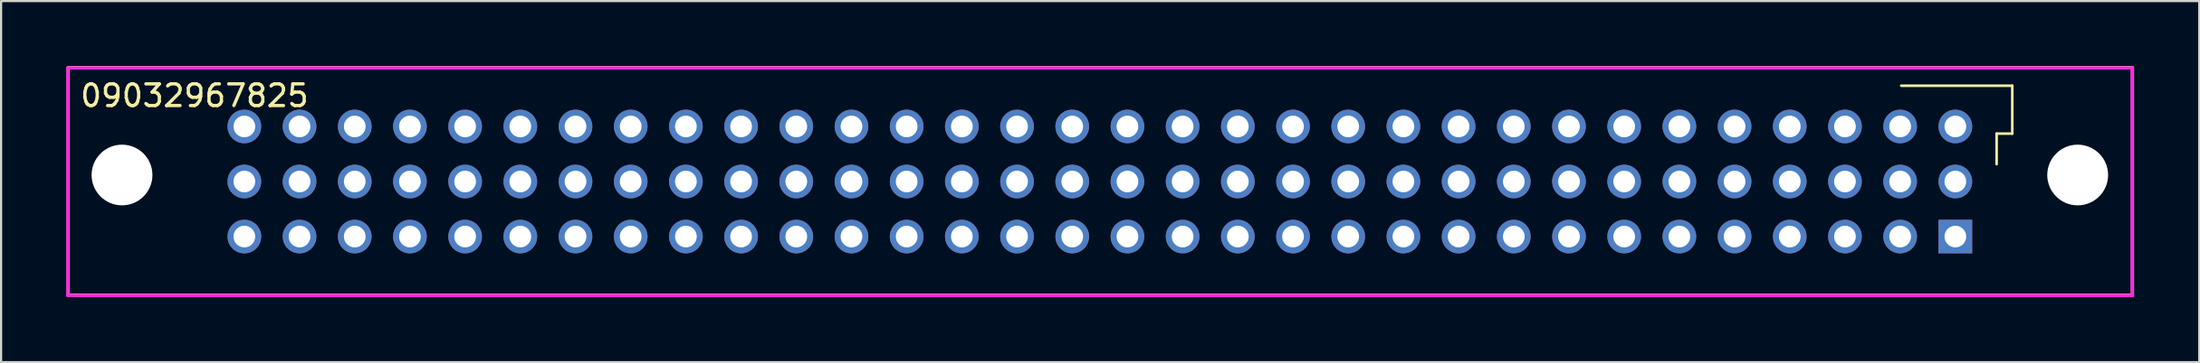
<source format=kicad_pcb>
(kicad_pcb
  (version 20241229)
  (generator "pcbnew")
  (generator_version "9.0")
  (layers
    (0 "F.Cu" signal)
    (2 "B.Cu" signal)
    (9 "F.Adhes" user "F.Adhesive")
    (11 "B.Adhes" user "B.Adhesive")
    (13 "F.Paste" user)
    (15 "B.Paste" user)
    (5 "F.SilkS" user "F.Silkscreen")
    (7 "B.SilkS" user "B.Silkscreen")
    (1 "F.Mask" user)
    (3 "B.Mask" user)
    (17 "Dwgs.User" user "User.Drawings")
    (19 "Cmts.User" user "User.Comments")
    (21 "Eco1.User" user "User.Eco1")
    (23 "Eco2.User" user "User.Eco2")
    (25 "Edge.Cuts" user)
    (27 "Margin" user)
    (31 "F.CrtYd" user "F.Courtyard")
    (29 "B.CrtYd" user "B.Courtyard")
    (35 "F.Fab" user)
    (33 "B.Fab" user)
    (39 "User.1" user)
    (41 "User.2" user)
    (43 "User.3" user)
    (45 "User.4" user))
  (footprint "09032967825"
    (layer "F.Cu")
    (at 47.575 5.335)
    (property "Reference" "09032967825" (at -47.01 -3.97 0) (layer "F.SilkS") (effects (font (size 1 1) (thickness 0.15)) (justify left)))
    (attr through_hole)
    (fp_line (start -47.49 -5.26) (end -47.49 5.24) (stroke (width 0.15) (type solid)) (layer "F.SilkS"))
    (fp_line (start -47.49 5.24) (end 47.51 5.24) (stroke (width 0.15) (type solid)) (layer "F.SilkS"))
    (fp_line (start 36.87 -4.43) (end 41.98 -4.43) (stroke (width 0.12) (type solid)) (layer "F.SilkS"))
    (fp_line (start 41.26 -2.22) (end 41.26 -0.81) (stroke (width 0.12) (type solid)) (layer "F.SilkS"))
    (fp_line (start 41.98 -4.43) (end 41.98 -2.22) (stroke (width 0.12) (type solid)) (layer "F.SilkS"))
    (fp_line (start 41.98 -2.22) (end 41.26 -2.22) (stroke (width 0.12) (type solid)) (layer "F.SilkS"))
    (fp_line (start 47.51 -5.26) (end -47.49 -5.26) (stroke (width 0.15) (type solid)) (layer "F.SilkS"))
    (fp_line (start 47.51 5.24) (end 47.51 -5.26) (stroke (width 0.15) (type solid)) (layer "F.SilkS"))
    (fp_line (start -47.5 -5.25) (end -47.5 5.25) (stroke (width 0.15) (type solid)) (layer "F.CrtYd"))
    (fp_line (start -47.5 5.25) (end 47.5 5.25) (stroke (width 0.15) (type solid)) (layer "F.CrtYd"))
    (fp_line (start 47.5 -5.25) (end -47.5 -5.25) (stroke (width 0.15) (type solid)) (layer "F.CrtYd"))
    (fp_line (start 47.5 5.25) (end 47.5 -5.25) (stroke (width 0.15) (type solid)) (layer "F.CrtYd"))
    (pad "" np_thru_hole circle (at -45.01 -0.31) (size 2.8 2.8) (drill 2.8) (layers "*.Cu" "*.Mask"))
    (pad "" np_thru_hole circle (at 44.99 -0.31) (size 2.8 2.8) (drill 2.8) (layers "*.Cu" "*.Mask"))
    (pad "1" thru_hole rect (at 39.36 2.53) (size 1.55 1.55) (drill 1) (layers "*.Cu" "*.Mask"))
    (pad "2" thru_hole circle (at 39.36 -0.01) (size 1.55 1.55) (drill 1) (layers "*.Cu" "*.Mask"))
    (pad "3" thru_hole circle (at 39.36 -2.55) (size 1.55 1.55) (drill 1) (layers "*.Cu" "*.Mask"))
    (pad "4" thru_hole circle (at 36.82 2.53) (size 1.55 1.55) (drill 1) (layers "*.Cu" "*.Mask"))
    (pad "5" thru_hole circle (at 36.82 -0.01) (size 1.55 1.55) (drill 1) (layers "*.Cu" "*.Mask"))
    (pad "6" thru_hole circle (at 36.82 -2.55) (size 1.55 1.55) (drill 1) (layers "*.Cu" "*.Mask"))
    (pad "7" thru_hole circle (at 34.28 2.53) (size 1.55 1.55) (drill 1) (layers "*.Cu" "*.Mask"))
    (pad "8" thru_hole circle (at 34.28 -0.01) (size 1.55 1.55) (drill 1) (layers "*.Cu" "*.Mask"))
    (pad "9" thru_hole circle (at 34.28 -2.55) (size 1.55 1.55) (drill 1) (layers "*.Cu" "*.Mask"))
    (pad "10" thru_hole circle (at 31.74 2.53) (size 1.55 1.55) (drill 1) (layers "*.Cu" "*.Mask"))
    (pad "11" thru_hole circle (at 31.74 -0.01) (size 1.55 1.55) (drill 1) (layers "*.Cu" "*.Mask"))
    (pad "12" thru_hole circle (at 31.74 -2.55) (size 1.55 1.55) (drill 1) (layers "*.Cu" "*.Mask"))
    (pad "13" thru_hole circle (at 29.2 2.53) (size 1.55 1.55) (drill 1) (layers "*.Cu" "*.Mask"))
    (pad "14" thru_hole circle (at 29.2 -0.01) (size 1.55 1.55) (drill 1) (layers "*.Cu" "*.Mask"))
    (pad "15" thru_hole circle (at 29.2 -2.55) (size 1.55 1.55) (drill 1) (layers "*.Cu" "*.Mask"))
    (pad "16" thru_hole circle (at 26.66 2.53) (size 1.55 1.55) (drill 1) (layers "*.Cu" "*.Mask"))
    (pad "17" thru_hole circle (at 26.66 -0.01) (size 1.55 1.55) (drill 1) (layers "*.Cu" "*.Mask"))
    (pad "18" thru_hole circle (at 26.66 -2.55) (size 1.55 1.55) (drill 1) (layers "*.Cu" "*.Mask"))
    (pad "19" thru_hole circle (at 24.12 2.53) (size 1.55 1.55) (drill 1) (layers "*.Cu" "*.Mask"))
    (pad "20" thru_hole circle (at 24.12 -0.01) (size 1.55 1.55) (drill 1) (layers "*.Cu" "*.Mask"))
    (pad "21" thru_hole circle (at 24.12 -2.55) (size 1.55 1.55) (drill 1) (layers "*.Cu" "*.Mask"))
    (pad "22" thru_hole circle (at 21.58 2.53) (size 1.55 1.55) (drill 1) (layers "*.Cu" "*.Mask"))
    (pad "23" thru_hole circle (at 21.58 -0.01) (size 1.55 1.55) (drill 1) (layers "*.Cu" "*.Mask"))
    (pad "24" thru_hole circle (at 21.58 -2.55) (size 1.55 1.55) (drill 1) (layers "*.Cu" "*.Mask"))
    (pad "25" thru_hole circle (at 19.04 2.53) (size 1.55 1.55) (drill 1) (layers "*.Cu" "*.Mask"))
    (pad "26" thru_hole circle (at 19.04 -0.01) (size 1.55 1.55) (drill 1) (layers "*.Cu" "*.Mask"))
    (pad "27" thru_hole circle (at 19.04 -2.55) (size 1.55 1.55) (drill 1) (layers "*.Cu" "*.Mask"))
    (pad "28" thru_hole circle (at 16.5 2.53) (size 1.55 1.55) (drill 1) (layers "*.Cu" "*.Mask"))
    (pad "29" thru_hole circle (at 16.5 -0.01) (size 1.55 1.55) (drill 1) (layers "*.Cu" "*.Mask"))
    (pad "30" thru_hole circle (at 16.5 -2.55) (size 1.55 1.55) (drill 1) (layers "*.Cu" "*.Mask"))
    (pad "31" thru_hole circle (at 13.96 2.53) (size 1.55 1.55) (drill 1) (layers "*.Cu" "*.Mask"))
    (pad "32" thru_hole circle (at 13.96 -0.01) (size 1.55 1.55) (drill 1) (layers "*.Cu" "*.Mask"))
    (pad "33" thru_hole circle (at 13.96 -2.55) (size 1.55 1.55) (drill 1) (layers "*.Cu" "*.Mask"))
    (pad "34" thru_hole circle (at 11.42 2.53) (size 1.55 1.55) (drill 1) (layers "*.Cu" "*.Mask"))
    (pad "35" thru_hole circle (at 11.42 -0.01) (size 1.55 1.55) (drill 1) (layers "*.Cu" "*.Mask"))
    (pad "36" thru_hole circle (at 11.42 -2.55) (size 1.55 1.55) (drill 1) (layers "*.Cu" "*.Mask"))
    (pad "37" thru_hole circle (at 8.88 2.53) (size 1.55 1.55) (drill 1) (layers "*.Cu" "*.Mask"))
    (pad "38" thru_hole circle (at 8.88 -0.01) (size 1.55 1.55) (drill 1) (layers "*.Cu" "*.Mask"))
    (pad "39" thru_hole circle (at 8.88 -2.55) (size 1.55 1.55) (drill 1) (layers "*.Cu" "*.Mask"))
    (pad "40" thru_hole circle (at 6.34 2.53) (size 1.55 1.55) (drill 1) (layers "*.Cu" "*.Mask"))
    (pad "41" thru_hole circle (at 6.34 -0.01) (size 1.55 1.55) (drill 1) (layers "*.Cu" "*.Mask"))
    (pad "42" thru_hole circle (at 6.34 -2.55) (size 1.55 1.55) (drill 1) (layers "*.Cu" "*.Mask"))
    (pad "43" thru_hole circle (at 3.8 2.53) (size 1.55 1.55) (drill 1) (layers "*.Cu" "*.Mask"))
    (pad "44" thru_hole circle (at 3.8 -0.01) (size 1.55 1.55) (drill 1) (layers "*.Cu" "*.Mask"))
    (pad "45" thru_hole circle (at 3.8 -2.55) (size 1.55 1.55) (drill 1) (layers "*.Cu" "*.Mask"))
    (pad "46" thru_hole circle (at 1.26 2.53) (size 1.55 1.55) (drill 1) (layers "*.Cu" "*.Mask"))
    (pad "47" thru_hole circle (at 1.26 -0.01) (size 1.55 1.55) (drill 1) (layers "*.Cu" "*.Mask"))
    (pad "48" thru_hole circle (at 1.26 -2.55) (size 1.55 1.55) (drill 1) (layers "*.Cu" "*.Mask"))
    (pad "49" thru_hole circle (at -1.28 2.53) (size 1.55 1.55) (drill 1) (layers "*.Cu" "*.Mask"))
    (pad "50" thru_hole circle (at -1.28 -0.01) (size 1.55 1.55) (drill 1) (layers "*.Cu" "*.Mask"))
    (pad "51" thru_hole circle (at -1.28 -2.55) (size 1.55 1.55) (drill 1) (layers "*.Cu" "*.Mask"))
    (pad "52" thru_hole circle (at -3.82 2.53) (size 1.55 1.55) (drill 1) (layers "*.Cu" "*.Mask"))
    (pad "53" thru_hole circle (at -3.82 -0.01) (size 1.55 1.55) (drill 1) (layers "*.Cu" "*.Mask"))
    (pad "54" thru_hole circle (at -3.82 -2.55) (size 1.55 1.55) (drill 1) (layers "*.Cu" "*.Mask"))
    (pad "55" thru_hole circle (at -6.36 2.53) (size 1.55 1.55) (drill 1) (layers "*.Cu" "*.Mask"))
    (pad "56" thru_hole circle (at -6.36 -0.01) (size 1.55 1.55) (drill 1) (layers "*.Cu" "*.Mask"))
    (pad "57" thru_hole circle (at -6.36 -2.55) (size 1.55 1.55) (drill 1) (layers "*.Cu" "*.Mask"))
    (pad "58" thru_hole circle (at -8.9 2.53) (size 1.55 1.55) (drill 1) (layers "*.Cu" "*.Mask"))
    (pad "59" thru_hole circle (at -8.9 -0.01) (size 1.55 1.55) (drill 1) (layers "*.Cu" "*.Mask"))
    (pad "60" thru_hole circle (at -8.9 -2.55) (size 1.55 1.55) (drill 1) (layers "*.Cu" "*.Mask"))
    (pad "61" thru_hole circle (at -11.44 2.53) (size 1.55 1.55) (drill 1) (layers "*.Cu" "*.Mask"))
    (pad "62" thru_hole circle (at -11.44 -0.01) (size 1.55 1.55) (drill 1) (layers "*.Cu" "*.Mask"))
    (pad "63" thru_hole circle (at -11.44 -2.55) (size 1.55 1.55) (drill 1) (layers "*.Cu" "*.Mask"))
    (pad "64" thru_hole circle (at -13.98 2.53) (size 1.55 1.55) (drill 1) (layers "*.Cu" "*.Mask"))
    (pad "65" thru_hole circle (at -13.98 -0.01) (size 1.55 1.55) (drill 1) (layers "*.Cu" "*.Mask"))
    (pad "66" thru_hole circle (at -13.98 -2.55) (size 1.55 1.55) (drill 1) (layers "*.Cu" "*.Mask"))
    (pad "67" thru_hole circle (at -16.52 2.53) (size 1.55 1.55) (drill 1) (layers "*.Cu" "*.Mask"))
    (pad "68" thru_hole circle (at -16.52 -0.01) (size 1.55 1.55) (drill 1) (layers "*.Cu" "*.Mask"))
    (pad "69" thru_hole circle (at -16.52 -2.55) (size 1.55 1.55) (drill 1) (layers "*.Cu" "*.Mask"))
    (pad "70" thru_hole circle (at -19.06 2.53) (size 1.55 1.55) (drill 1) (layers "*.Cu" "*.Mask"))
    (pad "71" thru_hole circle (at -19.06 -0.01) (size 1.55 1.55) (drill 1) (layers "*.Cu" "*.Mask"))
    (pad "72" thru_hole circle (at -19.06 -2.55) (size 1.55 1.55) (drill 1) (layers "*.Cu" "*.Mask"))
    (pad "73" thru_hole circle (at -21.6 2.53) (size 1.55 1.55) (drill 1) (layers "*.Cu" "*.Mask"))
    (pad "74" thru_hole circle (at -21.6 -0.01) (size 1.55 1.55) (drill 1) (layers "*.Cu" "*.Mask"))
    (pad "75" thru_hole circle (at -21.6 -2.55) (size 1.55 1.55) (drill 1) (layers "*.Cu" "*.Mask"))
    (pad "76" thru_hole circle (at -24.14 2.53) (size 1.55 1.55) (drill 1) (layers "*.Cu" "*.Mask"))
    (pad "77" thru_hole circle (at -24.14 -0.01) (size 1.55 1.55) (drill 1) (layers "*.Cu" "*.Mask"))
    (pad "78" thru_hole circle (at -24.14 -2.55) (size 1.55 1.55) (drill 1) (layers "*.Cu" "*.Mask"))
    (pad "79" thru_hole circle (at -26.68 2.53) (size 1.55 1.55) (drill 1) (layers "*.Cu" "*.Mask"))
    (pad "80" thru_hole circle (at -26.68 -0.01) (size 1.55 1.55) (drill 1) (layers "*.Cu" "*.Mask"))
    (pad "81" thru_hole circle (at -26.68 -2.55) (size 1.55 1.55) (drill 1) (layers "*.Cu" "*.Mask"))
    (pad "82" thru_hole circle (at -29.22 2.53) (size 1.55 1.55) (drill 1) (layers "*.Cu" "*.Mask"))
    (pad "83" thru_hole circle (at -29.22 -0.01) (size 1.55 1.55) (drill 1) (layers "*.Cu" "*.Mask"))
    (pad "84" thru_hole circle (at -29.22 -2.55) (size 1.55 1.55) (drill 1) (layers "*.Cu" "*.Mask"))
    (pad "85" thru_hole circle (at -31.76 2.53) (size 1.55 1.55) (drill 1) (layers "*.Cu" "*.Mask"))
    (pad "86" thru_hole circle (at -31.76 -0.01) (size 1.55 1.55) (drill 1) (layers "*.Cu" "*.Mask"))
    (pad "87" thru_hole circle (at -31.76 -2.55) (size 1.55 1.55) (drill 1) (layers "*.Cu" "*.Mask"))
    (pad "88" thru_hole circle (at -34.3 2.53) (size 1.55 1.55) (drill 1) (layers "*.Cu" "*.Mask"))
    (pad "89" thru_hole circle (at -34.3 -0.01) (size 1.55 1.55) (drill 1) (layers "*.Cu" "*.Mask"))
    (pad "90" thru_hole circle (at -34.3 -2.55) (size 1.55 1.55) (drill 1) (layers "*.Cu" "*.Mask"))
    (pad "91" thru_hole circle (at -36.84 2.53) (size 1.55 1.55) (drill 1) (layers "*.Cu" "*.Mask"))
    (pad "92" thru_hole circle (at -36.84 -0.01) (size 1.55 1.55) (drill 1) (layers "*.Cu" "*.Mask"))
    (pad "93" thru_hole circle (at -36.84 -2.55) (size 1.55 1.55) (drill 1) (layers "*.Cu" "*.Mask"))
    (pad "94" thru_hole circle (at -39.38 2.53) (size 1.55 1.55) (drill 1) (layers "*.Cu" "*.Mask"))
    (pad "95" thru_hole circle (at -39.38 -0.01) (size 1.55 1.55) (drill 1) (layers "*.Cu" "*.Mask"))
    (pad "96" thru_hole circle (at -39.38 -2.55) (size 1.55 1.55) (drill 1) (layers "*.Cu" "*.Mask")))
  (gr_rect
    (start -3 -3)
    (end 98.16 13.66)
    (stroke (width 0.1) (type default))
    (fill no)
    (layer "Edge.Cuts")))
</source>
